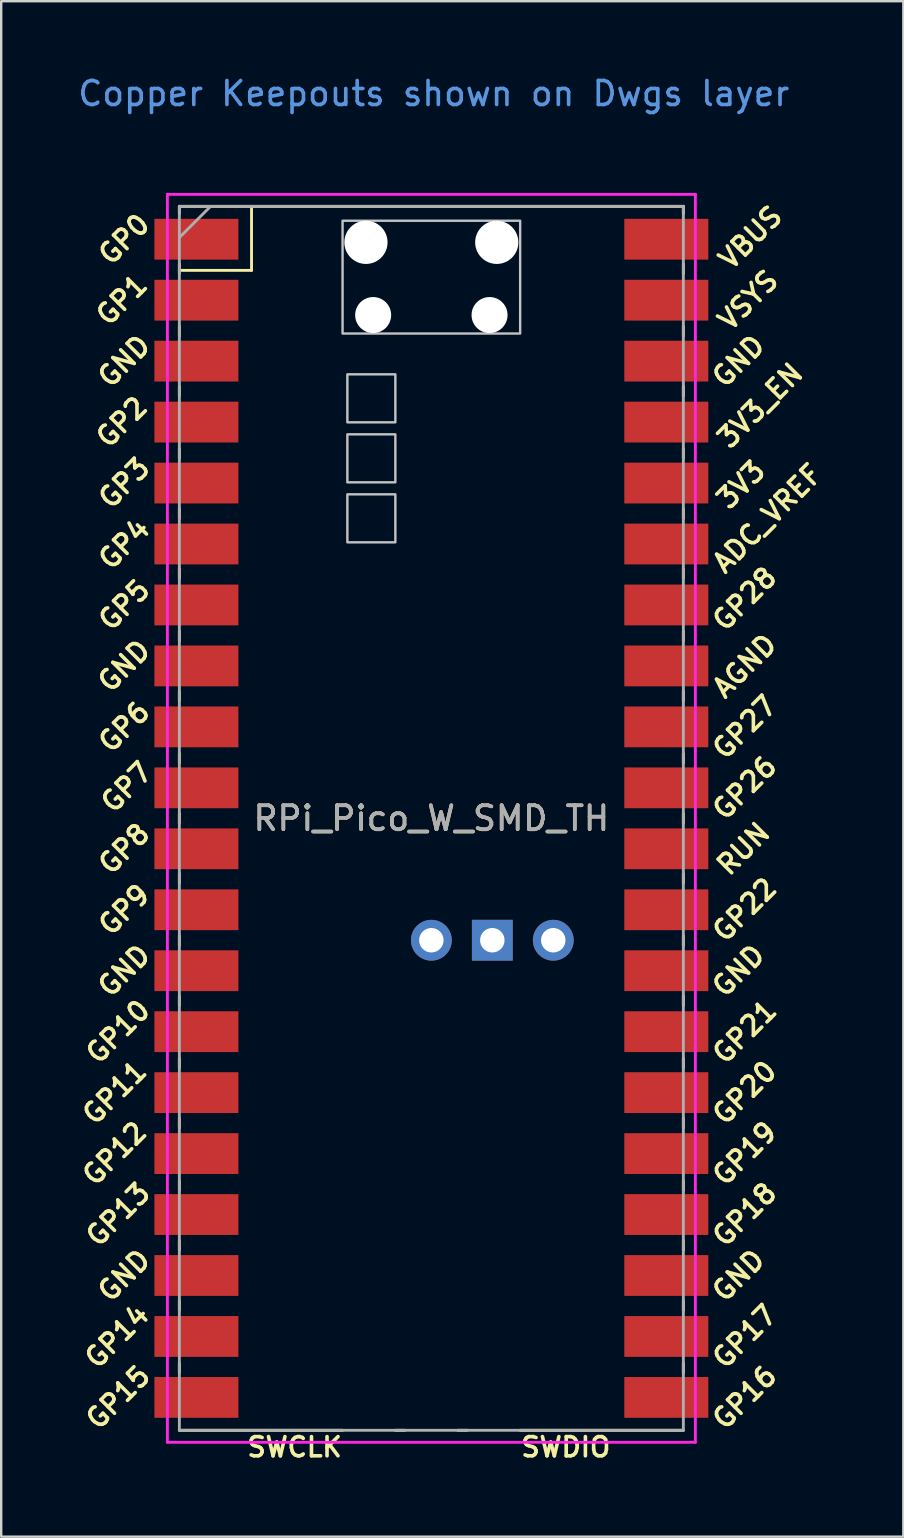
<source format=kicad_pcb>
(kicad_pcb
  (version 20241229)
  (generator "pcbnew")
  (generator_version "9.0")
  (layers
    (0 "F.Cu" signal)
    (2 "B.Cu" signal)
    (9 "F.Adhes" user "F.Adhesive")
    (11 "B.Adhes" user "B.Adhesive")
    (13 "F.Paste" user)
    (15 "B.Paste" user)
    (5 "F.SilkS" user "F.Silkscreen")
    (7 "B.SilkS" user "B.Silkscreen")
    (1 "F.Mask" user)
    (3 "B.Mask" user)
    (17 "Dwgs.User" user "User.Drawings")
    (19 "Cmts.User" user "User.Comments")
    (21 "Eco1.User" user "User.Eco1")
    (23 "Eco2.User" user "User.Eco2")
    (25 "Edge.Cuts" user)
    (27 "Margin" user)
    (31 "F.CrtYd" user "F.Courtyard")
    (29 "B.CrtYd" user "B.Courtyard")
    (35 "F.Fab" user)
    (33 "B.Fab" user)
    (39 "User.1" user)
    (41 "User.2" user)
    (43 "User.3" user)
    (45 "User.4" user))
  (footprint "RPi_Pico_W_SMD_TH"
    (layer "F.Cu")
    (at 14.924 31.048)
    (property "Reference" "RPi_Pico_W_SMD_TH" (at 0 0 0) (layer "F.SilkS") (effects (font (size 1 1) (thickness 0.15))))
    (attr through_hole)
    (fp_line (start -10.5 -25.5) (end -10.5 -25.2) (stroke (width 0.12) (type solid)) (layer "F.SilkS"))
    (fp_line (start -10.5 -25.5) (end 10.5 -25.5) (stroke (width 0.12) (type solid)) (layer "F.SilkS"))
    (fp_line (start -10.5 -23.1) (end -10.5 -22.7) (stroke (width 0.12) (type solid)) (layer "F.SilkS"))
    (fp_line (start -10.5 -22.833) (end -7.493 -22.833) (stroke (width 0.12) (type solid)) (layer "F.SilkS"))
    (fp_line (start -10.5 -20.5) (end -10.5 -20.1) (stroke (width 0.12) (type solid)) (layer "F.SilkS"))
    (fp_line (start -10.5 -18) (end -10.5 -17.6) (stroke (width 0.12) (type solid)) (layer "F.SilkS"))
    (fp_line (start -10.5 -15.4) (end -10.5 -15) (stroke (width 0.12) (type solid)) (layer "F.SilkS"))
    (fp_line (start -10.5 -12.9) (end -10.5 -12.5) (stroke (width 0.12) (type solid)) (layer "F.SilkS"))
    (fp_line (start -10.5 -10.4) (end -10.5 -10) (stroke (width 0.12) (type solid)) (layer "F.SilkS"))
    (fp_line (start -10.5 -7.8) (end -10.5 -7.4) (stroke (width 0.12) (type solid)) (layer "F.SilkS"))
    (fp_line (start -10.5 -5.3) (end -10.5 -4.9) (stroke (width 0.12) (type solid)) (layer "F.SilkS"))
    (fp_line (start -10.5 -2.7) (end -10.5 -2.3) (stroke (width 0.12) (type solid)) (layer "F.SilkS"))
    (fp_line (start -10.5 -0.2) (end -10.5 0.2) (stroke (width 0.12) (type solid)) (layer "F.SilkS"))
    (fp_line (start -10.5 2.3) (end -10.5 2.7) (stroke (width 0.12) (type solid)) (layer "F.SilkS"))
    (fp_line (start -10.5 4.9) (end -10.5 5.3) (stroke (width 0.12) (type solid)) (layer "F.SilkS"))
    (fp_line (start -10.5 7.4) (end -10.5 7.8) (stroke (width 0.12) (type solid)) (layer "F.SilkS"))
    (fp_line (start -10.5 10) (end -10.5 10.4) (stroke (width 0.12) (type solid)) (layer "F.SilkS"))
    (fp_line (start -10.5 12.5) (end -10.5 12.9) (stroke (width 0.12) (type solid)) (layer "F.SilkS"))
    (fp_line (start -10.5 15.1) (end -10.5 15.5) (stroke (width 0.12) (type solid)) (layer "F.SilkS"))
    (fp_line (start -10.5 17.6) (end -10.5 18) (stroke (width 0.12) (type solid)) (layer "F.SilkS"))
    (fp_line (start -10.5 20.1) (end -10.5 20.5) (stroke (width 0.12) (type solid)) (layer "F.SilkS"))
    (fp_line (start -10.5 22.7) (end -10.5 23.1) (stroke (width 0.12) (type solid)) (layer "F.SilkS"))
    (fp_line (start -7.493 -22.833) (end -7.493 -25.5) (stroke (width 0.12) (type solid)) (layer "F.SilkS"))
    (fp_line (start -3.7 25.5) (end -10.5 25.5) (stroke (width 0.12) (type solid)) (layer "F.SilkS"))
    (fp_line (start -1.5 25.5) (end -1.1 25.5) (stroke (width 0.12) (type solid)) (layer "F.SilkS"))
    (fp_line (start 1.1 25.5) (end 1.5 25.5) (stroke (width 0.12) (type solid)) (layer "F.SilkS"))
    (fp_line (start 10.5 -25.5) (end 10.5 -25.2) (stroke (width 0.12) (type solid)) (layer "F.SilkS"))
    (fp_line (start 10.5 -23.1) (end 10.5 -22.7) (stroke (width 0.12) (type solid)) (layer "F.SilkS"))
    (fp_line (start 10.5 -20.5) (end 10.5 -20.1) (stroke (width 0.12) (type solid)) (layer "F.SilkS"))
    (fp_line (start 10.5 -18) (end 10.5 -17.6) (stroke (width 0.12) (type solid)) (layer "F.SilkS"))
    (fp_line (start 10.5 -15.4) (end 10.5 -15) (stroke (width 0.12) (type solid)) (layer "F.SilkS"))
    (fp_line (start 10.5 -12.9) (end 10.5 -12.5) (stroke (width 0.12) (type solid)) (layer "F.SilkS"))
    (fp_line (start 10.5 -10.4) (end 10.5 -10) (stroke (width 0.12) (type solid)) (layer "F.SilkS"))
    (fp_line (start 10.5 -7.8) (end 10.5 -7.4) (stroke (width 0.12) (type solid)) (layer "F.SilkS"))
    (fp_line (start 10.5 -5.3) (end 10.5 -4.9) (stroke (width 0.12) (type solid)) (layer "F.SilkS"))
    (fp_line (start 10.5 -2.7) (end 10.5 -2.3) (stroke (width 0.12) (type solid)) (layer "F.SilkS"))
    (fp_line (start 10.5 -0.2) (end 10.5 0.2) (stroke (width 0.12) (type solid)) (layer "F.SilkS"))
    (fp_line (start 10.5 2.3) (end 10.5 2.7) (stroke (width 0.12) (type solid)) (layer "F.SilkS"))
    (fp_line (start 10.5 4.9) (end 10.5 5.3) (stroke (width 0.12) (type solid)) (layer "F.SilkS"))
    (fp_line (start 10.5 7.4) (end 10.5 7.8) (stroke (width 0.12) (type solid)) (layer "F.SilkS"))
    (fp_line (start 10.5 10) (end 10.5 10.4) (stroke (width 0.12) (type solid)) (layer "F.SilkS"))
    (fp_line (start 10.5 12.5) (end 10.5 12.9) (stroke (width 0.12) (type solid)) (layer "F.SilkS"))
    (fp_line (start 10.5 15.1) (end 10.5 15.5) (stroke (width 0.12) (type solid)) (layer "F.SilkS"))
    (fp_line (start 10.5 17.6) (end 10.5 18) (stroke (width 0.12) (type solid)) (layer "F.SilkS"))
    (fp_line (start 10.5 20.1) (end 10.5 20.5) (stroke (width 0.12) (type solid)) (layer "F.SilkS"))
    (fp_line (start 10.5 22.7) (end 10.5 23.1) (stroke (width 0.12) (type solid)) (layer "F.SilkS"))
    (fp_line (start 10.5 25.5) (end 3.7 25.5) (stroke (width 0.12) (type solid)) (layer "F.SilkS"))
    (fp_poly (pts (xy -1.5 -16.5) (xy -3.5 -16.5) (xy -3.5 -18.5) (xy -1.5 -18.5)) (stroke (width 0.1) (type solid)) (fill no) (layer "Dwgs.User"))
    (fp_poly (pts (xy -1.5 -14) (xy -3.5 -14) (xy -3.5 -16) (xy -1.5 -16)) (stroke (width 0.1) (type solid)) (fill no) (layer "Dwgs.User"))
    (fp_poly (pts (xy -1.5 -11.5) (xy -3.5 -11.5) (xy -3.5 -13.5) (xy -1.5 -13.5)) (stroke (width 0.1) (type solid)) (fill no) (layer "Dwgs.User"))
    (fp_poly (pts (xy 3.7 -20.2) (xy -3.7 -20.2) (xy -3.7 -24.9) (xy 3.7 -24.9)) (stroke (width 0.1) (type solid)) (fill no) (layer "Dwgs.User"))
    (fp_line (start -11 -26) (end 11 -26) (stroke (width 0.12) (type solid)) (layer "F.CrtYd"))
    (fp_line (start -11 26) (end -11 -26) (stroke (width 0.12) (type solid)) (layer "F.CrtYd"))
    (fp_line (start 11 -26) (end 11 26) (stroke (width 0.12) (type solid)) (layer "F.CrtYd"))
    (fp_line (start 11 26) (end -11 26) (stroke (width 0.12) (type solid)) (layer "F.CrtYd"))
    (fp_line (start -10.5 -25.5) (end 10.5 -25.5) (stroke (width 0.12) (type solid)) (layer "F.Fab"))
    (fp_line (start -10.5 -24.2) (end -9.2 -25.5) (stroke (width 0.12) (type solid)) (layer "F.Fab"))
    (fp_line (start -10.5 25.5) (end -10.5 -25.5) (stroke (width 0.12) (type solid)) (layer "F.Fab"))
    (fp_line (start 10.5 -25.5) (end 10.5 25.5) (stroke (width 0.12) (type solid)) (layer "F.Fab"))
    (fp_line (start 10.5 25.5) (end -10.5 25.5) (stroke (width 0.12) (type solid)) (layer "F.Fab"))
    (fp_text user "GP16" (at 13.054 24.13 45) (layer "F.SilkS") (effects (font (size 0.8 0.8) (thickness 0.15))))
    (fp_text user "GND" (at -12.8 6.35 45) (layer "F.SilkS") (effects (font (size 0.8 0.8) (thickness 0.15))))
    (fp_text user "AGND" (at 13.054 -6.35 45) (layer "F.SilkS") (effects (font (size 0.8 0.8) (thickness 0.15))))
    (fp_text user "GND" (at 12.8 6.35 45) (layer "F.SilkS") (effects (font (size 0.8 0.8) (thickness 0.15))))
    (fp_text user "GP2" (at -12.9 -16.51 45) (layer "F.SilkS") (effects (font (size 0.8 0.8) (thickness 0.15))))
    (fp_text user "VSYS" (at 13.2 -21.59 45) (layer "F.SilkS") (effects (font (size 0.8 0.8) (thickness 0.15))))
    (fp_text user "GP18" (at 13.054 16.51 45) (layer "F.SilkS") (effects (font (size 0.8 0.8) (thickness 0.15))))
    (fp_text user "VBUS" (at 13.3 -24.2 45) (layer "F.SilkS") (effects (font (size 0.8 0.8) (thickness 0.15))))
    (fp_text user "GP3" (at -12.8 -13.97 45) (layer "F.SilkS") (effects (font (size 0.8 0.8) (thickness 0.15))))
    (fp_text user "GP5" (at -12.8 -8.89 45) (layer "F.SilkS") (effects (font (size 0.8 0.8) (thickness 0.15))))
    (fp_text user "GP0" (at -12.8 -24.13 45) (layer "F.SilkS") (effects (font (size 0.8 0.8) (thickness 0.15))))
    (fp_text user "GP12" (at -13.2 13.97 45) (layer "F.SilkS") (effects (font (size 0.8 0.8) (thickness 0.15))))
    (fp_text user "GP19" (at 13.054 13.97 45) (layer "F.SilkS") (effects (font (size 0.8 0.8) (thickness 0.15))))
    (fp_text user "GP14" (at -13.1 21.59 45) (layer "F.SilkS") (effects (font (size 0.8 0.8) (thickness 0.15))))
    (fp_text user "GP4" (at -12.8 -11.43 45) (layer "F.SilkS") (effects (font (size 0.8 0.8) (thickness 0.15))))
    (fp_text user "3V3_EN" (at 13.7 -17.2 45) (layer "F.SilkS") (effects (font (size 0.8 0.8) (thickness 0.15))))
    (fp_text user "GP7" (at -12.7 -1.3 45) (layer "F.SilkS") (effects (font (size 0.8 0.8) (thickness 0.15))))
    (fp_text user "GP21" (at 13.054 8.9 45) (layer "F.SilkS") (effects (font (size 0.8 0.8) (thickness 0.15))))
    (fp_text user "GP17" (at 13.054 21.59 45) (layer "F.SilkS") (effects (font (size 0.8 0.8) (thickness 0.15))))
    (fp_text user "GND" (at -12.8 -19.05 45) (layer "F.SilkS") (effects (font (size 0.8 0.8) (thickness 0.15))))
    (fp_text user "SWCLK" (at -5.7 26.2 0) (layer "F.SilkS") (effects (font (size 0.8 0.8) (thickness 0.15))))
    (fp_text user "GND" (at 12.8 -19.05 45) (layer "F.SilkS") (effects (font (size 0.8 0.8) (thickness 0.15))))
    (fp_text user "GP10" (at -13.054 8.89 45) (layer "F.SilkS") (effects (font (size 0.8 0.8) (thickness 0.15))))
    (fp_text user "GP9" (at -12.8 3.81 45) (layer "F.SilkS") (effects (font (size 0.8 0.8) (thickness 0.15))))
    (fp_text user "GND" (at -12.8 -6.35 45) (layer "F.SilkS") (effects (font (size 0.8 0.8) (thickness 0.15))))
    (fp_text user "GP11" (at -13.2 11.43 45) (layer "F.SilkS") (effects (font (size 0.8 0.8) (thickness 0.15))))
    (fp_text user "GP22" (at 13.054 3.81 45) (layer "F.SilkS") (effects (font (size 0.8 0.8) (thickness 0.15))))
    (fp_text user "GP6" (at -12.8 -3.81 45) (layer "F.SilkS") (effects (font (size 0.8 0.8) (thickness 0.15))))
    (fp_text user "GP1" (at -12.9 -21.6 45) (layer "F.SilkS") (effects (font (size 0.8 0.8) (thickness 0.15))))
    (fp_text user "GND" (at 12.8 19.05 45) (layer "F.SilkS") (effects (font (size 0.8 0.8) (thickness 0.15))))
    (fp_text user "GND" (at -12.8 19.05 45) (layer "F.SilkS") (effects (font (size 0.8 0.8) (thickness 0.15))))
    (fp_text user "3V3" (at 12.9 -13.9 45) (layer "F.SilkS") (effects (font (size 0.8 0.8) (thickness 0.15))))
    (fp_text user "RUN" (at 13 1.27 45) (layer "F.SilkS") (effects (font (size 0.8 0.8) (thickness 0.15))))
    (fp_text user "ADC_VREF" (at 14 -12.5 45) (layer "F.SilkS") (effects (font (size 0.8 0.8) (thickness 0.15))))
    (fp_text user "GP27" (at 13.054 -3.8 45) (layer "F.SilkS") (effects (font (size 0.8 0.8) (thickness 0.15))))
    (fp_text user "GP20" (at 13.054 11.43 45) (layer "F.SilkS") (effects (font (size 0.8 0.8) (thickness 0.15))))
    (fp_text user "GP8" (at -12.8 1.27 45) (layer "F.SilkS") (effects (font (size 0.8 0.8) (thickness 0.15))))
    (fp_text user "SWDIO" (at 5.6 26.2 0) (layer "F.SilkS") (effects (font (size 0.8 0.8) (thickness 0.15))))
    (fp_text user "GP26" (at 13.054 -1.27 45) (layer "F.SilkS") (effects (font (size 0.8 0.8) (thickness 0.15))))
    (fp_text user "GP15" (at -13.054 24.13 45) (layer "F.SilkS") (effects (font (size 0.8 0.8) (thickness 0.15))))
    (fp_text user "GP28" (at 13.054 -9.144 45) (layer "F.SilkS") (effects (font (size 0.8 0.8) (thickness 0.15))))
    (fp_text user "GP13" (at -13.054 16.51 45) (layer "F.SilkS") (effects (font (size 0.8 0.8) (thickness 0.15))))
    (fp_text user "Copper Keepouts shown on Dwgs layer" (at 0.1 -30.2 0) (layer "Cmts.User") (effects (font (size 1 1) (thickness 0.15))))
    (fp_text user "${REFERENCE}" (at 0 0 180) (layer "F.Fab") (effects (font (size 1 1) (thickness 0.15))))
    (pad "" np_thru_hole oval (at -2.725 -24) (size 1.8 1.8) (drill 1.8) (layers "*.Cu" "*.Mask"))
    (pad "" np_thru_hole oval (at -2.425 -20.97) (size 1.5 1.5) (drill 1.5) (layers "*.Cu" "*.Mask"))
    (pad "" np_thru_hole oval (at 2.425 -20.97) (size 1.5 1.5) (drill 1.5) (layers "*.Cu" "*.Mask"))
    (pad "" np_thru_hole oval (at 2.725 -24) (size 1.8 1.8) (drill 1.8) (layers "*.Cu" "*.Mask"))
    (pad "1" smd rect (at -8.89 -24.13) (size 3.5 1.7) (drill (offset -0.9 0)) (layers "F.Cu" "F.Mask"))
    (pad "2" smd rect (at -8.89 -21.59) (size 3.5 1.7) (drill (offset -0.9 0)) (layers "F.Cu" "F.Mask"))
    (pad "3" smd rect (at -8.89 -19.05) (size 3.5 1.7) (drill (offset -0.9 0)) (layers "F.Cu" "F.Mask"))
    (pad "4" smd rect (at -8.89 -16.51) (size 3.5 1.7) (drill (offset -0.9 0)) (layers "F.Cu" "F.Mask"))
    (pad "5" smd rect (at -8.89 -13.97) (size 3.5 1.7) (drill (offset -0.9 0)) (layers "F.Cu" "F.Mask"))
    (pad "6" smd rect (at -8.89 -11.43) (size 3.5 1.7) (drill (offset -0.9 0)) (layers "F.Cu" "F.Mask"))
    (pad "7" smd rect (at -8.89 -8.89) (size 3.5 1.7) (drill (offset -0.9 0)) (layers "F.Cu" "F.Mask"))
    (pad "8" smd rect (at -8.89 -6.35) (size 3.5 1.7) (drill (offset -0.9 0)) (layers "F.Cu" "F.Mask"))
    (pad "9" smd rect (at -8.89 -3.81) (size 3.5 1.7) (drill (offset -0.9 0)) (layers "F.Cu" "F.Mask"))
    (pad "10" smd rect (at -8.89 -1.27) (size 3.5 1.7) (drill (offset -0.9 0)) (layers "F.Cu" "F.Mask"))
    (pad "11" smd rect (at -8.89 1.27) (size 3.5 1.7) (drill (offset -0.9 0)) (layers "F.Cu" "F.Mask"))
    (pad "12" smd rect (at -8.89 3.81) (size 3.5 1.7) (drill (offset -0.9 0)) (layers "F.Cu" "F.Mask"))
    (pad "13" smd rect (at -8.89 6.35) (size 3.5 1.7) (drill (offset -0.9 0)) (layers "F.Cu" "F.Mask"))
    (pad "14" smd rect (at -8.89 8.89) (size 3.5 1.7) (drill (offset -0.9 0)) (layers "F.Cu" "F.Mask"))
    (pad "15" smd rect (at -8.89 11.43) (size 3.5 1.7) (drill (offset -0.9 0)) (layers "F.Cu" "F.Mask"))
    (pad "16" smd rect (at -8.89 13.97) (size 3.5 1.7) (drill (offset -0.9 0)) (layers "F.Cu" "F.Mask"))
    (pad "17" smd rect (at -8.89 16.51) (size 3.5 1.7) (drill (offset -0.9 0)) (layers "F.Cu" "F.Mask"))
    (pad "18" smd rect (at -8.89 19.05) (size 3.5 1.7) (drill (offset -0.9 0)) (layers "F.Cu" "F.Mask"))
    (pad "19" smd rect (at -8.89 21.59) (size 3.5 1.7) (drill (offset -0.9 0)) (layers "F.Cu" "F.Mask"))
    (pad "20" smd rect (at -8.89 24.13) (size 3.5 1.7) (drill (offset -0.9 0)) (layers "F.Cu" "F.Mask"))
    (pad "21" smd rect (at 8.89 24.13) (size 3.5 1.7) (drill (offset 0.9 0)) (layers "F.Cu" "F.Mask"))
    (pad "22" smd rect (at 8.89 21.59) (size 3.5 1.7) (drill (offset 0.9 0)) (layers "F.Cu" "F.Mask"))
    (pad "23" smd rect (at 8.89 19.05) (size 3.5 1.7) (drill (offset 0.9 0)) (layers "F.Cu" "F.Mask"))
    (pad "24" smd rect (at 8.89 16.51) (size 3.5 1.7) (drill (offset 0.9 0)) (layers "F.Cu" "F.Mask"))
    (pad "25" smd rect (at 8.89 13.97) (size 3.5 1.7) (drill (offset 0.9 0)) (layers "F.Cu" "F.Mask"))
    (pad "26" smd rect (at 8.89 11.43) (size 3.5 1.7) (drill (offset 0.9 0)) (layers "F.Cu" "F.Mask"))
    (pad "27" smd rect (at 8.89 8.89) (size 3.5 1.7) (drill (offset 0.9 0)) (layers "F.Cu" "F.Mask"))
    (pad "28" smd rect (at 8.89 6.35) (size 3.5 1.7) (drill (offset 0.9 0)) (layers "F.Cu" "F.Mask"))
    (pad "29" smd rect (at 8.89 3.81) (size 3.5 1.7) (drill (offset 0.9 0)) (layers "F.Cu" "F.Mask"))
    (pad "30" smd rect (at 8.89 1.27) (size 3.5 1.7) (drill (offset 0.9 0)) (layers "F.Cu" "F.Mask"))
    (pad "31" smd rect (at 8.89 -1.27) (size 3.5 1.7) (drill (offset 0.9 0)) (layers "F.Cu" "F.Mask"))
    (pad "32" smd rect (at 8.89 -3.81) (size 3.5 1.7) (drill (offset 0.9 0)) (layers "F.Cu" "F.Mask"))
    (pad "33" smd rect (at 8.89 -6.35) (size 3.5 1.7) (drill (offset 0.9 0)) (layers "F.Cu" "F.Mask"))
    (pad "34" smd rect (at 8.89 -8.89) (size 3.5 1.7) (drill (offset 0.9 0)) (layers "F.Cu" "F.Mask"))
    (pad "35" smd rect (at 8.89 -11.43) (size 3.5 1.7) (drill (offset 0.9 0)) (layers "F.Cu" "F.Mask"))
    (pad "36" smd rect (at 8.89 -13.97) (size 3.5 1.7) (drill (offset 0.9 0)) (layers "F.Cu" "F.Mask"))
    (pad "37" smd rect (at 8.89 -16.51) (size 3.5 1.7) (drill (offset 0.9 0)) (layers "F.Cu" "F.Mask"))
    (pad "38" smd rect (at 8.89 -19.05) (size 3.5 1.7) (drill (offset 0.9 0)) (layers "F.Cu" "F.Mask"))
    (pad "39" smd rect (at 8.89 -21.59) (size 3.5 1.7) (drill (offset 0.9 0)) (layers "F.Cu" "F.Mask"))
    (pad "40" smd rect (at 8.89 -24.13) (size 3.5 1.7) (drill (offset 0.9 0)) (layers "F.Cu" "F.Mask"))
    (pad "41" thru_hole oval (at 0 5.08) (size 1.7 1.7) (drill 1.02) (layers "*.Cu" "*.Mask"))
    (pad "42" thru_hole rect (at 2.54 5.08) (size 1.7 1.7) (drill 1.02) (layers "*.Cu" "*.Mask"))
    (pad "43" thru_hole oval (at 5.08 5.08) (size 1.7 1.7) (drill 1.02) (layers "*.Cu" "*.Mask")))
  (gr_rect
    (start -3 -3)
    (end 34.591 60.98)
    (stroke (width 0.1) (type default))
    (fill no)
    (layer "Edge.Cuts")))
</source>
